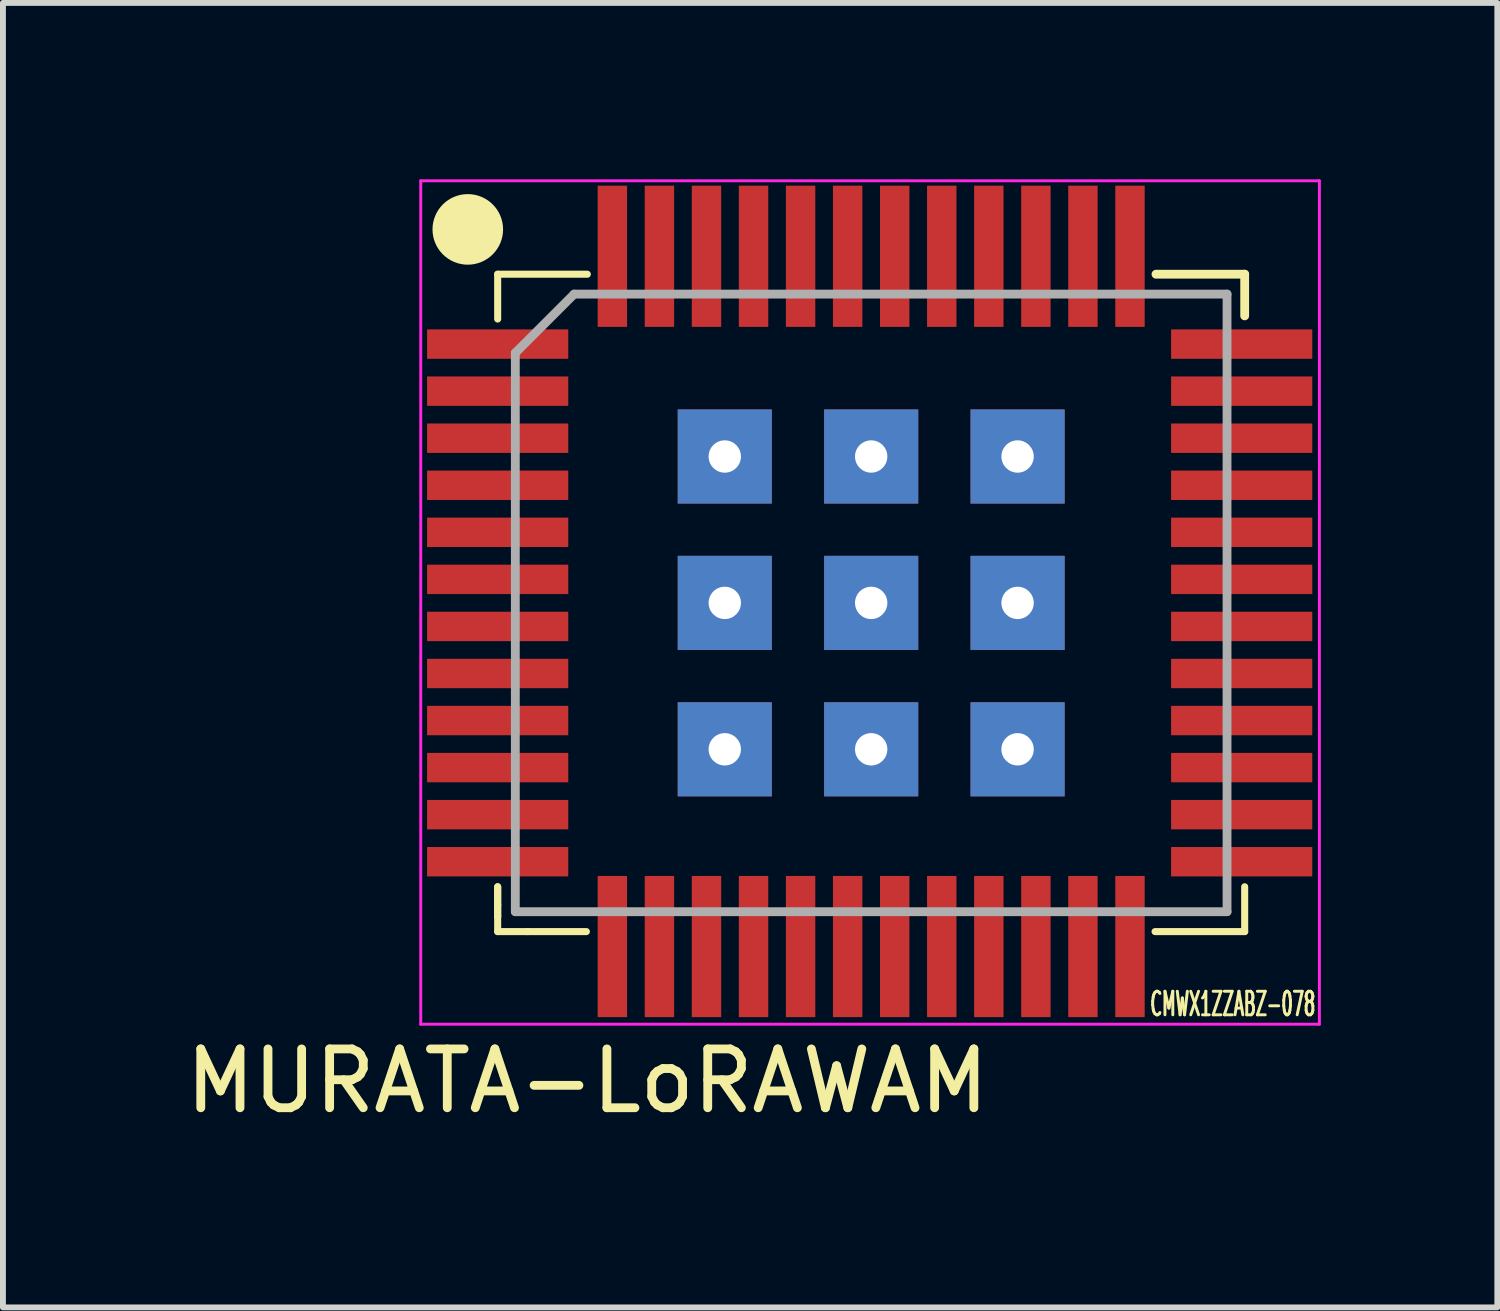
<source format=kicad_pcb>
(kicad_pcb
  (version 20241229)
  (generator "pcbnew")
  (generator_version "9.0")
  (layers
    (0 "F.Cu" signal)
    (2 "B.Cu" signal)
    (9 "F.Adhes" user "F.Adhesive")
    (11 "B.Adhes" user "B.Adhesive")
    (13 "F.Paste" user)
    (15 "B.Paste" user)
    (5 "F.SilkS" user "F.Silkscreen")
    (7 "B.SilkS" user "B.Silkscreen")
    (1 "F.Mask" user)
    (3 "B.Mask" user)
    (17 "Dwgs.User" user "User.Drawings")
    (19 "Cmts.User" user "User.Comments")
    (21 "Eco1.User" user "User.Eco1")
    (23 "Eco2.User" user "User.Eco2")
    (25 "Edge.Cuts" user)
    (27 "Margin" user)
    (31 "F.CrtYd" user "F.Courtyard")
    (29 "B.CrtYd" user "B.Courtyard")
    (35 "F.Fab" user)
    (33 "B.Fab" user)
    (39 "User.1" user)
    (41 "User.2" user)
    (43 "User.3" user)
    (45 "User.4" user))
  (footprint "MURATA-LoRAWAM"
    (layer "F.Cu")
    (at 11.761 7.2)
    (property "Reference" "MURATA-LoRAWAM" (at -4.826 8.128 0) (layer "F.SilkS") (effects (font (size 1 1) (thickness 0.15))))
    (attr smd)
    (fp_line (start -6.35 -4.826) (end -6.35 -5.588) (stroke (width 0.12) (type solid)) (layer "F.SilkS"))
    (fp_line (start -6.35 4.826) (end -6.35 5.334) (stroke (width 0.12) (type solid)) (layer "F.SilkS"))
    (fp_line (start -6.35 5.134) (end -6.35 4.826) (stroke (width 0.12) (type solid)) (layer "F.SilkS"))
    (fp_line (start -6.35 5.334) (end -6.35 5.134) (stroke (width 0.12) (type solid)) (layer "F.SilkS"))
    (fp_line (start -6.35 5.334) (end -6.35 5.588) (stroke (width 0.12) (type solid)) (layer "F.SilkS"))
    (fp_line (start -5.842 5.588) (end -6.35 5.588) (stroke (width 0.12) (type solid)) (layer "F.SilkS"))
    (fp_line (start -4.842 5.588) (end -5.842 5.588) (stroke (width 0.12) (type solid)) (layer "F.SilkS"))
    (fp_line (start -4.826 -5.588) (end -6.35 -5.588) (stroke (width 0.12) (type solid)) (layer "F.SilkS"))
    (fp_line (start 4.826 5.588) (end 6.35 5.588) (stroke (width 0.12) (type solid)) (layer "F.SilkS"))
    (fp_line (start 4.842 -5.588) (end 6.35 -5.588) (stroke (width 0.15) (type solid)) (layer "F.SilkS"))
    (fp_line (start 6.35 -5.588) (end 6.35 -4.88) (stroke (width 0.15) (type solid)) (layer "F.SilkS"))
    (fp_line (start 6.35 5.588) (end 6.35 4.826) (stroke (width 0.12) (type solid)) (layer "F.SilkS"))
    (fp_circle (center -6.858 -6.35) (end -6.558 -6.35) (stroke (width 0.6) (type solid)) (fill no) (layer "F.SilkS"))
    (fp_line (start -7.658 -7.176) (end 7.62 -7.176) (stroke (width 0.05) (type solid)) (layer "F.CrtYd"))
    (fp_line (start -7.658 7.163) (end -7.658 -7.176) (stroke (width 0.05) (type solid)) (layer "F.CrtYd"))
    (fp_line (start 7.62 -7.176) (end 7.62 7.163) (stroke (width 0.05) (type solid)) (layer "F.CrtYd"))
    (fp_line (start 7.62 7.163) (end -7.658 7.163) (stroke (width 0.05) (type solid)) (layer "F.CrtYd"))
    (fp_line (start -6.05 -4.25) (end -6.05 5.25) (stroke (width 0.15) (type solid)) (layer "F.Fab"))
    (fp_line (start -6.05 5.25) (end 6.05 5.25) (stroke (width 0.15) (type solid)) (layer "F.Fab"))
    (fp_line (start -5.05 -5.25) (end -6.05 -4.25) (stroke (width 0.15) (type solid)) (layer "F.Fab"))
    (fp_line (start 6.05 -5.25) (end -5.05 -5.25) (stroke (width 0.15) (type solid)) (layer "F.Fab"))
    (fp_line (start 6.05 5.25) (end 6.05 -5.25) (stroke (width 0.15) (type solid)) (layer "F.Fab"))
    (fp_text user "CMWX1ZZABZ-078" (at 6.147 6.82 0) (layer "F.SilkS") (effects (font (size 0.4 0.2) (thickness 0.05))))
    (pad "1" smd rect (at -6.35 -4.4 90) (size 0.5 2.4) (layers "F.Cu" "F.Mask" "F.Paste"))
    (pad "2" smd rect (at -6.35 -3.6 90) (size 0.5 2.4) (layers "F.Cu" "F.Mask" "F.Paste"))
    (pad "3" smd rect (at -6.35 -2.8 90) (size 0.5 2.4) (layers "F.Cu" "F.Mask" "F.Paste"))
    (pad "4" smd rect (at -6.35 -2 90) (size 0.5 2.4) (layers "F.Cu" "F.Mask" "F.Paste"))
    (pad "5" smd rect (at -6.35 -1.2 90) (size 0.5 2.4) (layers "F.Cu" "F.Mask" "F.Paste"))
    (pad "6" smd rect (at -6.35 -0.4 90) (size 0.5 2.4) (layers "F.Cu" "F.Mask" "F.Paste"))
    (pad "7" smd rect (at -6.35 0.4 90) (size 0.5 2.4) (layers "F.Cu" "F.Mask" "F.Paste"))
    (pad "8" smd rect (at -6.35 1.2 90) (size 0.5 2.4) (layers "F.Cu" "F.Mask" "F.Paste"))
    (pad "9" smd rect (at -6.35 2 90) (size 0.5 2.4) (layers "F.Cu" "F.Mask" "F.Paste"))
    (pad "10" smd rect (at -6.35 2.8 90) (size 0.5 2.4) (layers "F.Cu" "F.Mask" "F.Paste"))
    (pad "11" smd rect (at -6.35 3.6 90) (size 0.5 2.4) (layers "F.Cu" "F.Mask" "F.Paste"))
    (pad "12" smd rect (at -6.35 4.4 90) (size 0.5 2.4) (layers "F.Cu" "F.Mask" "F.Paste"))
    (pad "13" smd rect (at -4.4 5.842) (size 0.5 2.4) (layers "F.Cu" "F.Mask" "F.Paste"))
    (pad "14" smd rect (at -3.6 5.842) (size 0.5 2.4) (layers "F.Cu" "F.Mask" "F.Paste"))
    (pad "15" smd rect (at -2.8 5.842) (size 0.5 2.4) (layers "F.Cu" "F.Mask" "F.Paste"))
    (pad "16" smd rect (at -2 5.842) (size 0.5 2.4) (layers "F.Cu" "F.Mask" "F.Paste"))
    (pad "17" smd rect (at -1.2 5.842) (size 0.5 2.4) (layers "F.Cu" "F.Mask" "F.Paste"))
    (pad "18" smd rect (at -0.4 5.842) (size 0.5 2.4) (layers "F.Cu" "F.Mask" "F.Paste"))
    (pad "19" smd rect (at 0.4 5.842) (size 0.5 2.4) (layers "F.Cu" "F.Mask" "F.Paste"))
    (pad "20" smd rect (at 1.2 5.842) (size 0.5 2.4) (layers "F.Cu" "F.Mask" "F.Paste"))
    (pad "21" smd rect (at 2 5.842) (size 0.5 2.4) (layers "F.Cu" "F.Mask" "F.Paste"))
    (pad "22" smd rect (at 2.8 5.842) (size 0.5 2.4) (layers "F.Cu" "F.Mask" "F.Paste"))
    (pad "23" smd rect (at 3.6 5.842) (size 0.5 2.4) (layers "F.Cu" "F.Mask" "F.Paste"))
    (pad "24" smd rect (at 4.4 5.842) (size 0.5 2.4) (layers "F.Cu" "F.Mask" "F.Paste"))
    (pad "25" smd rect (at 6.299 4.4 90) (size 0.5 2.4) (layers "F.Cu" "F.Mask" "F.Paste"))
    (pad "26" smd rect (at 6.299 3.6 90) (size 0.5 2.4) (layers "F.Cu" "F.Mask" "F.Paste"))
    (pad "27" smd rect (at 6.299 2.8 90) (size 0.5 2.4) (layers "F.Cu" "F.Mask" "F.Paste"))
    (pad "28" smd rect (at 6.299 2 90) (size 0.5 2.4) (layers "F.Cu" "F.Mask" "F.Paste"))
    (pad "29" smd rect (at 6.299 1.2 90) (size 0.5 2.4) (layers "F.Cu" "F.Mask" "F.Paste"))
    (pad "30" smd rect (at 6.299 0.4 90) (size 0.5 2.4) (layers "F.Cu" "F.Mask" "F.Paste"))
    (pad "31" smd rect (at 6.299 -0.4 90) (size 0.5 2.4) (layers "F.Cu" "F.Mask" "F.Paste"))
    (pad "32" smd rect (at 6.299 -1.2 90) (size 0.5 2.4) (layers "F.Cu" "F.Mask" "F.Paste"))
    (pad "33" smd rect (at 6.299 -2 90) (size 0.5 2.4) (layers "F.Cu" "F.Mask" "F.Paste"))
    (pad "34" smd rect (at 6.299 -2.8 90) (size 0.5 2.4) (layers "F.Cu" "F.Mask" "F.Paste"))
    (pad "35" smd rect (at 6.299 -3.6 90) (size 0.5 2.4) (layers "F.Cu" "F.Mask" "F.Paste"))
    (pad "36" smd rect (at 6.299 -4.4 90) (size 0.5 2.4) (layers "F.Cu" "F.Mask" "F.Paste"))
    (pad "37" smd rect (at 4.4 -5.893) (size 0.5 2.4) (layers "F.Cu" "F.Mask" "F.Paste"))
    (pad "38" smd rect (at 3.6 -5.893) (size 0.5 2.4) (layers "F.Cu" "F.Mask" "F.Paste"))
    (pad "39" smd rect (at 2.8 -5.893) (size 0.5 2.4) (layers "F.Cu" "F.Mask" "F.Paste"))
    (pad "40" smd rect (at 2 -5.893) (size 0.5 2.4) (layers "F.Cu" "F.Mask" "F.Paste"))
    (pad "41" smd rect (at 1.2 -5.893) (size 0.5 2.4) (layers "F.Cu" "F.Mask" "F.Paste"))
    (pad "42" smd rect (at 0.4 -5.893) (size 0.5 2.4) (layers "F.Cu" "F.Mask" "F.Paste"))
    (pad "43" smd rect (at -0.4 -5.893) (size 0.5 2.4) (layers "F.Cu" "F.Mask" "F.Paste"))
    (pad "44" smd rect (at -1.2 -5.893) (size 0.5 2.4) (layers "F.Cu" "F.Mask" "F.Paste"))
    (pad "45" smd rect (at -2 -5.893) (size 0.5 2.4) (layers "F.Cu" "F.Mask" "F.Paste"))
    (pad "46" smd rect (at -2.8 -5.893) (size 0.5 2.4) (layers "F.Cu" "F.Mask" "F.Paste"))
    (pad "47" smd rect (at -3.6 -5.893) (size 0.5 2.4) (layers "F.Cu" "F.Mask" "F.Paste"))
    (pad "48" smd rect (at -4.4 -5.893) (size 0.5 2.4) (layers "F.Cu" "F.Mask" "F.Paste"))
    (pad "49" thru_hole trapezoid (at -2.489 -2.489) (size 1.6 1.6) (drill 0.55) (layers "*.Cu" "*.Mask"))
    (pad "50" thru_hole trapezoid (at 0 -2.489) (size 1.6 1.6) (drill 0.55) (layers "*.Cu" "*.Mask"))
    (pad "51" thru_hole trapezoid (at 2.489 -2.489) (size 1.6 1.6) (drill 0.55) (layers "*.Cu" "*.Mask"))
    (pad "52" thru_hole trapezoid (at -2.489 0) (size 1.6 1.6) (drill 0.55) (layers "*.Cu" "*.Mask"))
    (pad "53" thru_hole trapezoid (at 0 0) (size 1.6 1.6) (drill 0.55) (layers "*.Cu" "*.Mask"))
    (pad "54" thru_hole trapezoid (at 2.489 0) (size 1.6 1.6) (drill 0.55) (layers "*.Cu" "*.Mask"))
    (pad "55" thru_hole trapezoid (at -2.489 2.489) (size 1.6 1.6) (drill 0.55) (layers "*.Cu" "*.Mask"))
    (pad "56" thru_hole trapezoid (at 0 2.489) (size 1.6 1.6) (drill 0.55) (layers "*.Cu" "*.Mask"))
    (pad "57" thru_hole trapezoid (at 2.489 2.489) (size 1.6 1.6) (drill 0.55) (layers "*.Cu" "*.Mask")))
  (gr_rect
    (start -3 -3)
    (end 22.406 19.177)
    (stroke (width 0.1) (type default))
    (fill no)
    (layer "Edge.Cuts")))
</source>
